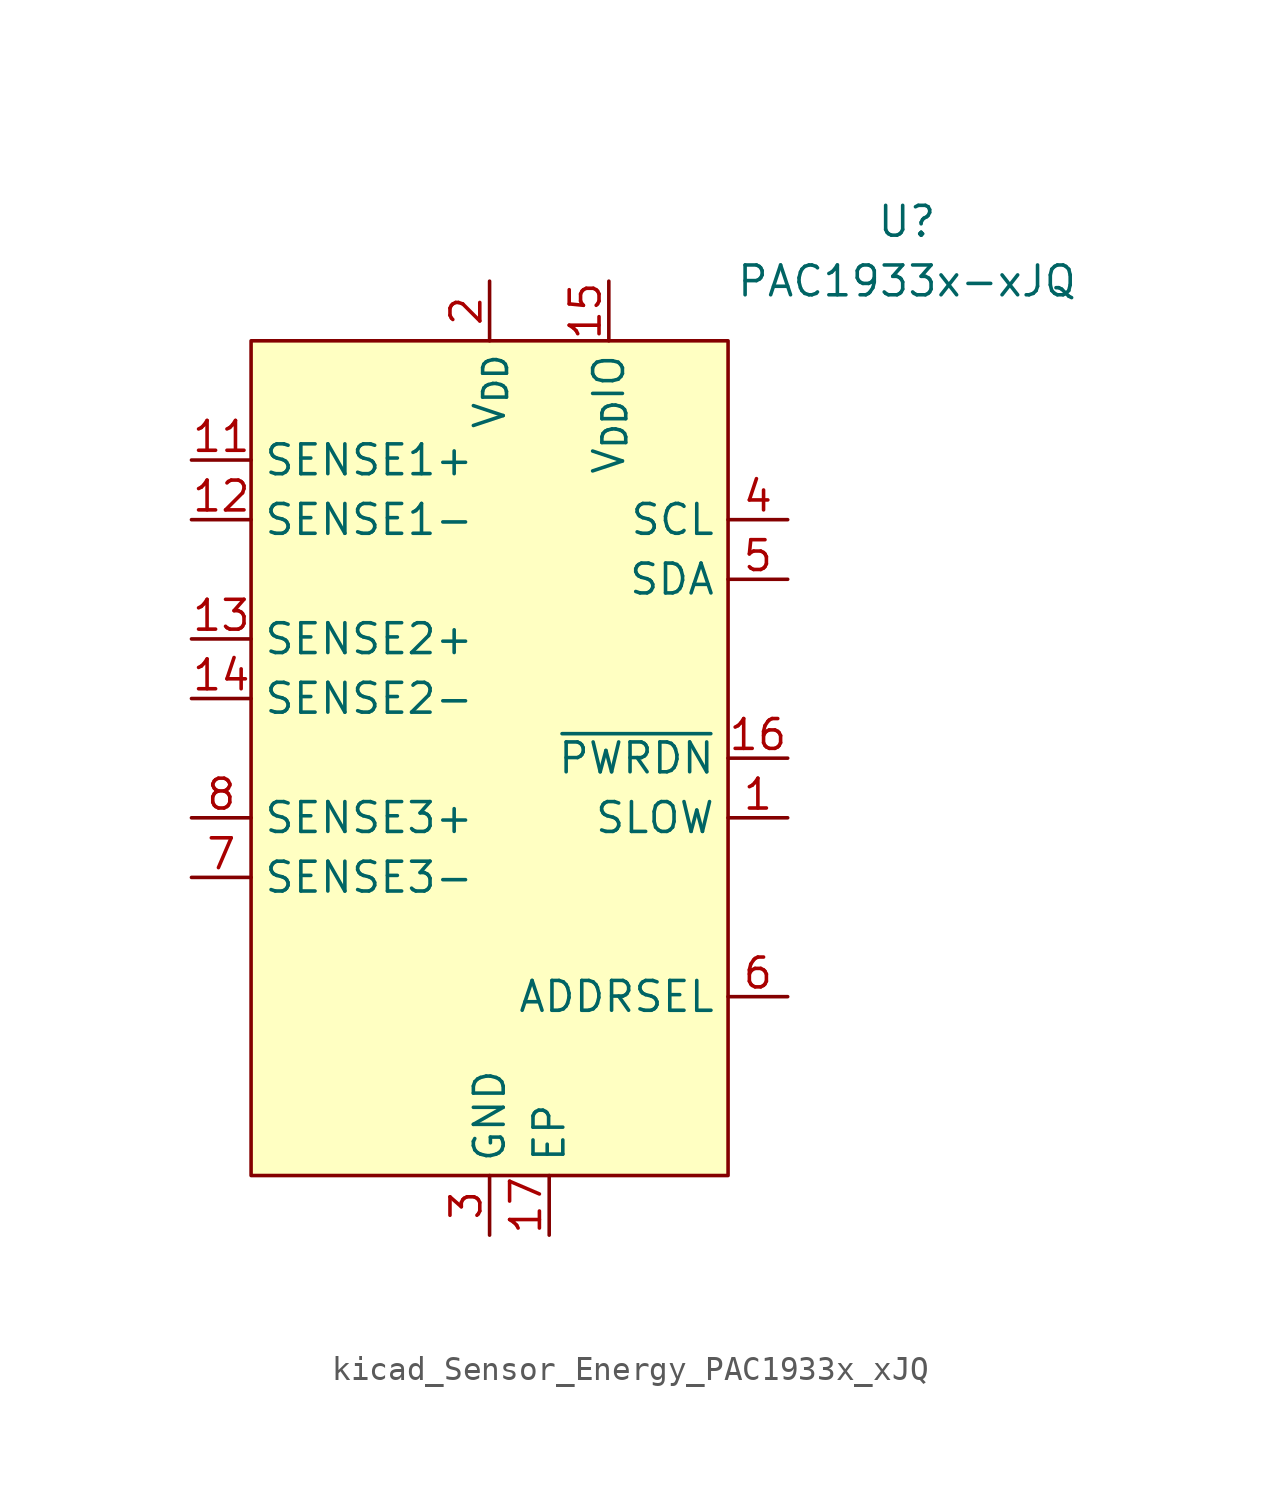
<source format=kicad_sym>
(kicad_symbol_lib
  (version 20220914)
  (generator kicad_symbol_editor)
  (symbol "kicad_Sensor_Energy_PAC1933x_xJQ"
    (property "Reference" "U"
      (at 17.78 22.86 0)
      (effects (font (size 1.27 1.27))))
    (property "Value" "PAC1933x-xJQ"
      (at 17.78 20.32 0)
      (effects (font (size 1.27 1.27))))
    (symbol "kicad_Sensor_Energy_PAC1933x_xJQ_0_0"
      (pin input line (at 12.7 -2.54 180) (length 2.54) (name "SLOW" (effects (font (size 1.27 1.27)))) (number "1" (effects (font (size 1.27 1.27)))) (alternate "~{ALERT1}" open_collector line))
      (pin passive line (at 0 -20.32 90) (length 2.54) hide (name "GND" (effects (font (size 1.27 1.27)))) (number "10" (effects (font (size 1.27 1.27)))))
      (pin input line (at -12.7 12.7 0) (length 2.54) (name "SENSE1+" (effects (font (size 1.27 1.27)))) (number "11" (effects (font (size 1.27 1.27)))))
      (pin input line (at -12.7 10.16 0) (length 2.54) (name "SENSE1-" (effects (font (size 1.27 1.27)))) (number "12" (effects (font (size 1.27 1.27)))))
      (pin input line (at -12.7 5.08 0) (length 2.54) (name "SENSE2+" (effects (font (size 1.27 1.27)))) (number "13" (effects (font (size 1.27 1.27)))))
      (pin input line (at -12.7 2.54 0) (length 2.54) (name "SENSE2-" (effects (font (size 1.27 1.27)))) (number "14" (effects (font (size 1.27 1.27)))))
      (pin input line (at 5.08 20.32 270) (length 2.54) (name "V_{DD}IO" (effects (font (size 1.27 1.27)))) (number "15" (effects (font (size 1.27 1.27)))))
      (pin input line (at 12.7 0 180) (length 2.54) (name "~{PWRDN}" (effects (font (size 1.27 1.27)))) (number "16" (effects (font (size 1.27 1.27)))))
      (pin passive line (at 2.54 -20.32 90) (length 2.54) (name "EP" (effects (font (size 1.27 1.27)))) (number "17" (effects (font (size 1.27 1.27)))))
      (pin power_in line (at 0 20.32 270) (length 2.54) (name "V_{DD}" (effects (font (size 1.27 1.27)))) (number "2" (effects (font (size 1.27 1.27)))))
      (pin power_in line (at 0 -20.32 90) (length 2.54) (name "GND" (effects (font (size 1.27 1.27)))) (number "3" (effects (font (size 1.27 1.27)))))
      (pin input line (at 12.7 10.16 180) (length 2.54) (name "SCL" (effects (font (size 1.27 1.27)))) (number "4" (effects (font (size 1.27 1.27)))) (alternate "SM_CLK" input line))
      (pin bidirectional line (at 12.7 7.62 180) (length 2.54) (name "SDA" (effects (font (size 1.27 1.27)))) (number "5" (effects (font (size 1.27 1.27)))) (alternate "SM_DATA" bidirectional line))
      (pin passive line (at 12.7 -10.16 180) (length 2.54) (name "ADDRSEL" (effects (font (size 1.27 1.27)))) (number "6" (effects (font (size 1.27 1.27)))))
      (pin input line (at -12.7 -5.08 0) (length 2.54) (name "SENSE3-" (effects (font (size 1.27 1.27)))) (number "7" (effects (font (size 1.27 1.27)))))
      (pin input line (at -12.7 -2.54 0) (length 2.54) (name "SENSE3+" (effects (font (size 1.27 1.27)))) (number "8" (effects (font (size 1.27 1.27)))))
      (pin passive line (at 0 -20.32 90) (length 2.54) hide (name "GND" (effects (font (size 1.27 1.27)))) (number "9" (effects (font (size 1.27 1.27))))))
    (symbol "kicad_Sensor_Energy_PAC1933x_xJQ_0_1"
      (rectangle (start -10.16 17.78) (end 10.16 -17.78) (stroke (width 0) (type default)) (fill (type background))))))
</source>
